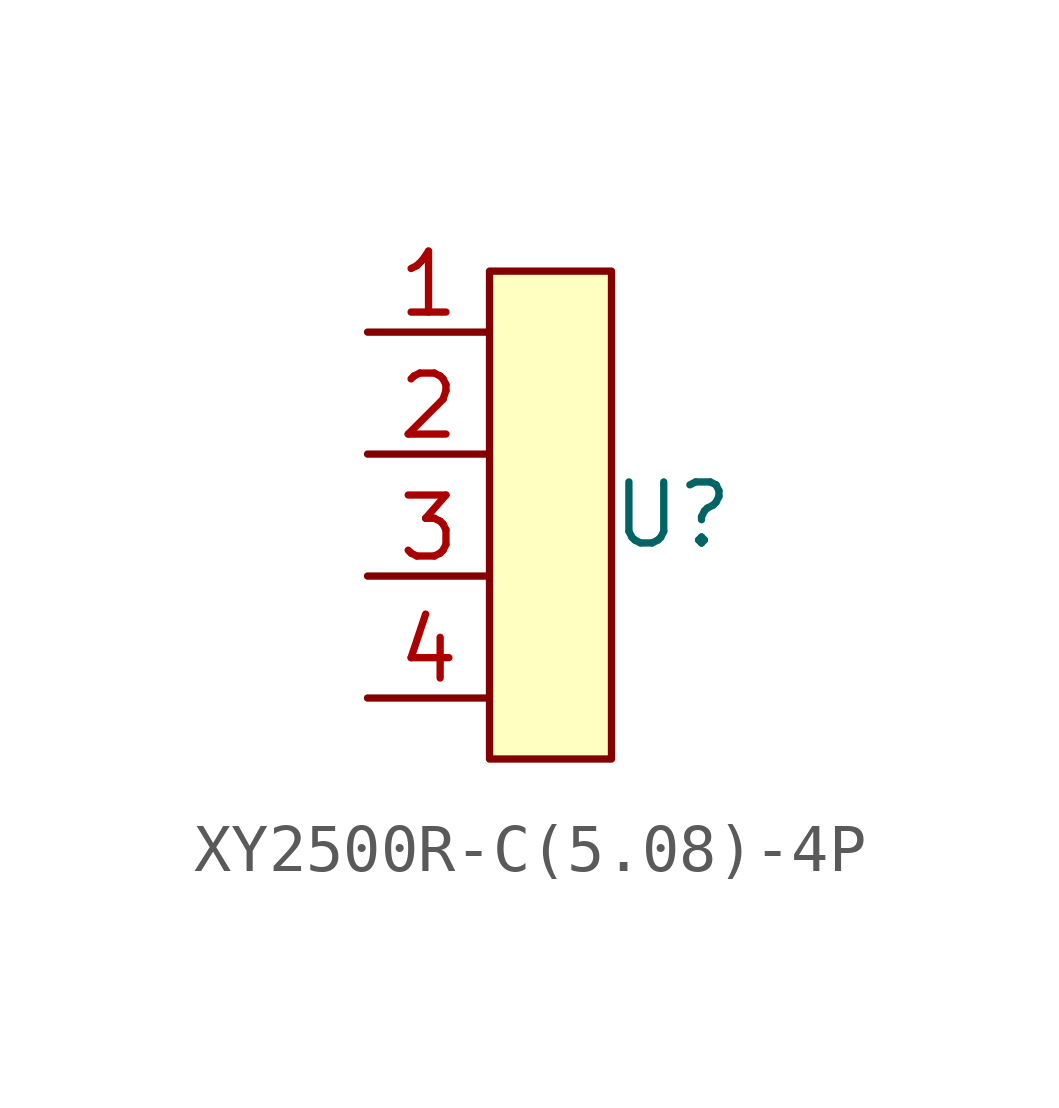
<source format=kicad_sym>
(kicad_symbol_lib
  (version 20211014)
  (generator kicad_symbol_editor)
  (symbol "XY2500R-C(5.08)-4P"
    (property "Reference" "U"
      (at 2.54 0 0)
      (effects (font (size 1.27 1.27))))
    (symbol "XY2500R-C(5.08)-4P_0_1"
      (rectangle (start -1.27 5.08) (end 1.27 -5.08) (stroke (width 0) (type default) (color 0 0 0 0)) (fill (type background))))
    (symbol "XY2500R-C(5.08)-4P_1_1"
      (pin passive line (at -3.81 3.81 0) (length 2.54) (name "" (effects (font (size 1.27 1.27)))) (number "1" (effects (font (size 1.27 1.27)))))
      (pin passive line (at -3.81 1.27 0) (length 2.54) (name "" (effects (font (size 1.27 1.27)))) (number "2" (effects (font (size 1.27 1.27)))))
      (pin passive line (at -3.81 -1.27 0) (length 2.54) (name "" (effects (font (size 1.27 1.27)))) (number "3" (effects (font (size 1.27 1.27)))))
      (pin passive line (at -3.81 -3.81 0) (length 2.54) (name "" (effects (font (size 1.27 1.27)))) (number "4" (effects (font (size 1.27 1.27))))))))
</source>
